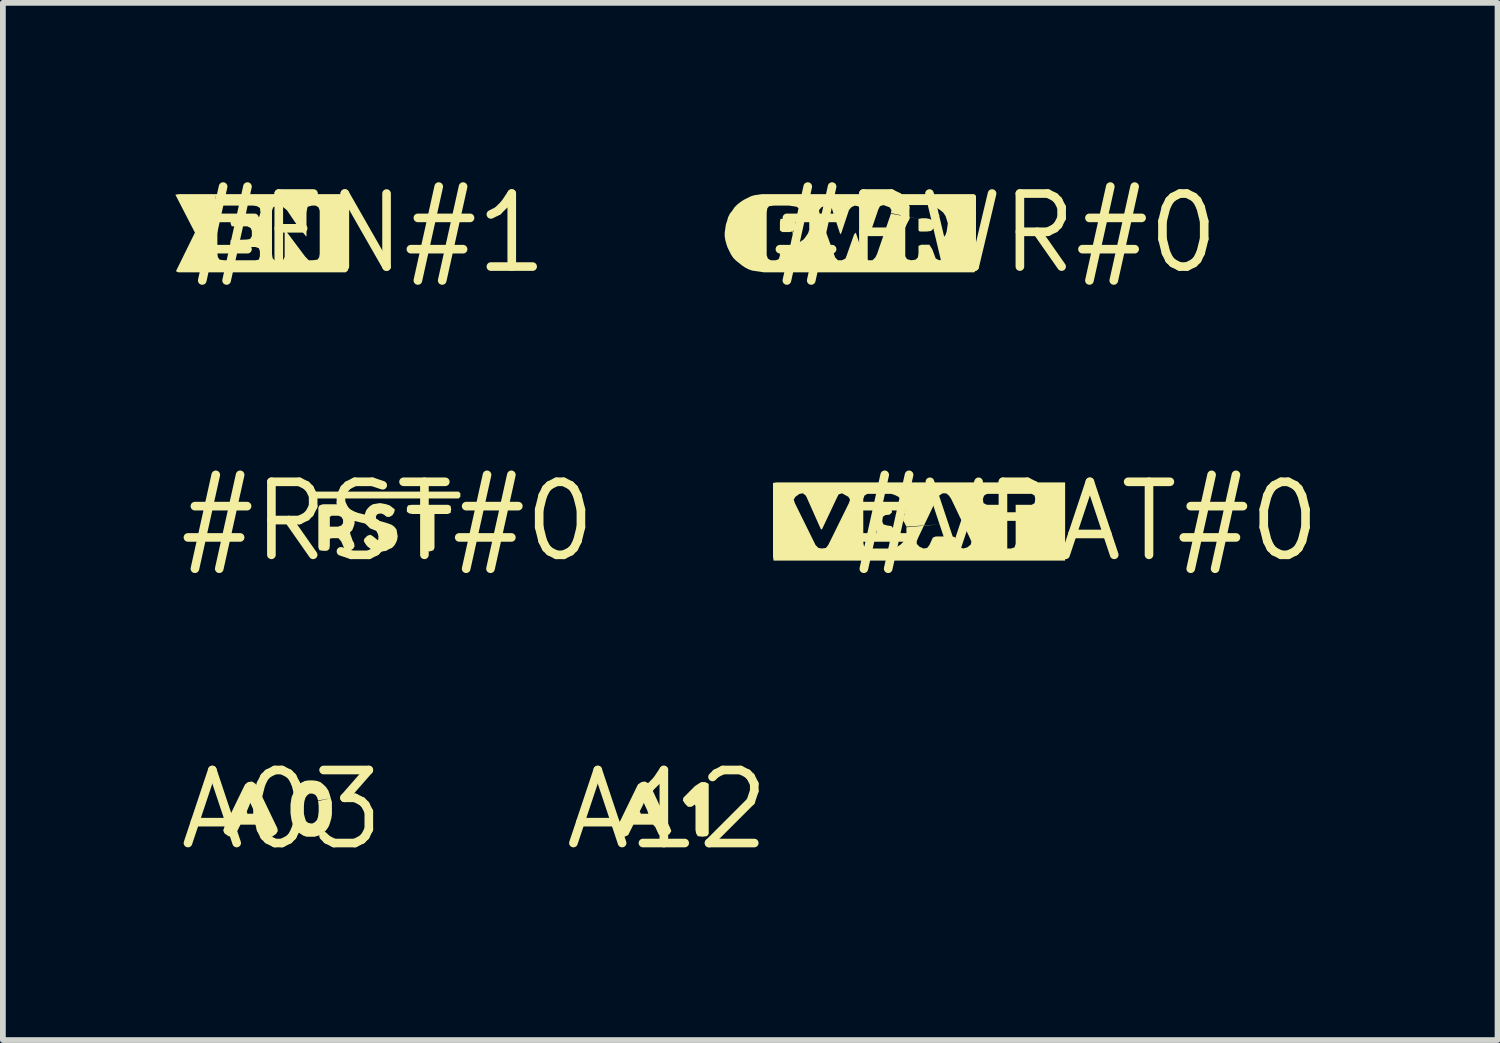
<source format=kicad_pcb>
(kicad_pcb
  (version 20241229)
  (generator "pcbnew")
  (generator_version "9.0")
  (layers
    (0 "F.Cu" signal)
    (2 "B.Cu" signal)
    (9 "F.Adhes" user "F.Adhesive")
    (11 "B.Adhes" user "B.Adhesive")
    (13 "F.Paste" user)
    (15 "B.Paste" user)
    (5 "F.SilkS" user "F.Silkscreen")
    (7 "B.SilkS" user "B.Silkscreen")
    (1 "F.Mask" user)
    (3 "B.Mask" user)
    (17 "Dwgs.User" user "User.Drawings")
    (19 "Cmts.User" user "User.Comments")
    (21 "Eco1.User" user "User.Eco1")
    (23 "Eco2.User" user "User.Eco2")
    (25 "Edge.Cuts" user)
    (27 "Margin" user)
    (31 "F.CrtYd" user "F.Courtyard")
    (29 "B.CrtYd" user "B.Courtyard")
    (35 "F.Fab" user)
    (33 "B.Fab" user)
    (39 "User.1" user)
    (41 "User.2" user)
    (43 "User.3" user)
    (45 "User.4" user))
  (footprint "A03"
    (layer "F.Cu")
    (at 1.852 11.031)
    (property "Reference" "A03" (at 0 0 0) (layer "F.SilkS") (effects (font (size 1.27 1.27) (thickness 0.15))))
    (attr through_hole)
    (fp_poly (pts (xy -0.47 -0.46) (xy -0.52 -0.49) (xy -0.59 -0.48) (xy -0.64 -0.44) (xy -0.67 -0.38) (xy -1 0.3) (xy -1.02 0.36) (xy -1 0.41) (xy -0.93 0.46) (xy -0.87 0.47) (xy -0.81 0.44) (xy -0.78 0.38) (xy -0.72 0.26) (xy -0.38 0.26) (xy -0.46 0.07) (xy -0.6 0.07) (xy -0.61 0.03) (xy -0.56 -0.09) (xy -0.55 -0.12) (xy -0.49 0.01) (xy -0.46 0.07) (xy -0.38 0.26) (xy -0.34 0.3) (xy -0.28 0.43) (xy -0.23 0.47) (xy -0.17 0.47) (xy -0.1 0.42) (xy -0.07 0.37) (xy -0.08 0.32) (xy -0.44 -0.43)) (stroke (width 0) (type solid)) (fill yes) (layer "F.SilkS"))
    (fp_poly (pts (xy 0.26 -0.4) (xy 0.22 -0.35) (xy 0.2 -0.29) (xy 0.17 -0.22) (xy 0.16 -0.16) (xy 0.15 -0.09) (xy 0.15 -0.02) (xy 0.15 0.06) (xy 0.16 0.13) (xy 0.17 0.19) (xy 0.19 0.25) (xy 0.22 0.32) (xy 0.26 0.37) (xy 0.31 0.41) (xy 0.37 0.45) (xy 0.43 0.47) (xy 0.5 0.47) (xy 0.57 0.47) (xy 0.64 0.45) (xy 0.7 0.42) (xy 0.75 0.38) (xy 0.79 0.33) (xy 0.82 0.28) (xy 0.84 0.22) (xy 0.86 0.15) (xy 0.87 0.08) (xy 0.87 0.01) (xy 0.87 -0.07) (xy 0.87 -0.13) (xy 0.85 -0.2) (xy 0.63 -0.15) (xy 0.64 -0.07) (xy 0.64 0.03) (xy 0.63 0.12) (xy 0.61 0.18) (xy 0.57 0.22) (xy 0.53 0.24) (xy 0.51 0.24) (xy 0.46 0.23) (xy 0.42 0.2) (xy 0.4 0.14) (xy 0.38 0.06) (xy 0.38 -0.04) (xy 0.39 -0.14) (xy 0.41 -0.21) (xy 0.44 -0.25) (xy 0.48 -0.28) (xy 0.53 -0.28) (xy 0.58 -0.26) (xy 0.61 -0.22) (xy 0.63 -0.16) (xy 0.85 -0.2) (xy 0.83 -0.27) (xy 0.81 -0.33) (xy 0.77 -0.39) (xy 0.73 -0.43) (xy 0.67 -0.48) (xy 0.61 -0.5) (xy 0.54 -0.51) (xy 0.47 -0.51) (xy 0.4 -0.5) (xy 0.34 -0.47) (xy 0.28 -0.44)) (stroke (width 0) (type solid)) (fill yes) (layer "F.SilkS")))
  (footprint "#EN#1"
    (layer "F.Cu")
    (at 3.34 1.006)
    (property "Reference" "#EN#1" (at 0 0 0) (layer "F.SilkS") (effects (font (size 1.27 1.27) (thickness 0.15))))
    (attr through_hole)
    (fp_poly (pts (xy -2.67 -0.68) (xy -3.28 -0.68) (xy -3.34 -0.67) (xy -3 -0.01) (xy -3.03 0.05) (xy -3.33 0.66) (xy -3.29 0.68) (xy -0.38 0.68) (xy -0.34 0.65) (xy -0.34 -0.63) (xy -0.36 -0.68) (xy -2.66 -0.68) (xy -2.58 -0.46) (xy -2.53 -0.48) (xy -2.46 -0.48) (xy -1.98 -0.48) (xy -1.92 -0.47) (xy -1.87 -0.44) (xy -1.86 -0.36) (xy -1.66 -0.39) (xy -1.64 -0.45) (xy -1.59 -0.48) (xy -1.51 -0.48) (xy -1.46 -0.45) (xy -1.4 -0.4) (xy -1.21 -0.12) (xy -1.07 0.05) (xy -1.06 0.06) (xy -1.06 -0.35) (xy -1.05 -0.42) (xy -1.04 -0.46) (xy -0.97 -0.48) (xy -0.9 -0.48) (xy -0.85 -0.45) (xy -0.83 -0.39) (xy -0.83 -0.32) (xy -0.83 0.36) (xy -0.84 0.42) (xy -0.87 0.46) (xy -0.96 0.47) (xy -1.02 0.47) (xy -1.08 0.41) (xy -1.44 -0.07) (xy -1.44 0.41) (xy -1.46 0.46) (xy -1.53 0.47) (xy -1.62 0.47) (xy -1.65 0.43) (xy -1.66 0.36) (xy -1.66 -0.39) (xy -1.86 -0.36) (xy -1.88 -0.29) (xy -1.92 -0.26) (xy -1.99 -0.25) (xy -2.33 -0.25) (xy -2.38 -0.23) (xy -2.38 -0.17) (xy -2.36 -0.12) (xy -2.09 -0.12) (xy -2.03 -0.09) (xy -2.01 -0.04) (xy -2.01 0.05) (xy -2.04 0.1) (xy -2.1 0.11) (xy -2.38 0.12) (xy -2.38 0.18) (xy -2.36 0.24) (xy -1.95 0.24) (xy -1.89 0.26) (xy -1.87 0.31) (xy -1.87 0.4) (xy -1.89 0.46) (xy -1.95 0.47) (xy -2.49 0.47) (xy -2.57 0.46) (xy -2.6 0.42) (xy -2.61 0.35) (xy -2.61 -0.32) (xy -2.61 -0.4) (xy -2.59 -0.45) (xy -2.66 -0.68)) (stroke (width 0) (type solid)) (fill yes) (layer "F.SilkS")))
  (footprint "#PWR#0"
    (layer "F.Cu")
    (at 14.263 1.006)
    (property "Reference" "#PWR#0" (at 0 0 0) (layer "F.SilkS") (effects (font (size 1.27 1.27) (thickness 0.15))))
    (attr through_hole)
    (fp_poly (pts (xy -4.06 -0.68) (xy -4.13 -0.67) (xy -4.2 -0.66) (xy -4.26 -0.64) (xy -4.32 -0.61) (xy -4.38 -0.58) (xy -4.44 -0.54) (xy -4.49 -0.5) (xy -4.54 -0.45) (xy -4.58 -0.39) (xy -4.62 -0.34) (xy -4.65 -0.28) (xy -4.67 -0.21) (xy -4.69 -0.15) (xy -4.7 -0.08) (xy -4.71 -0.01) (xy -4.71 0.05) (xy -4.7 0.12) (xy -4.68 0.19) (xy -4.66 0.25) (xy -4.63 0.31) (xy -4.6 0.37) (xy -4.56 0.43) (xy -4.51 0.48) (xy -4.46 0.52) (xy -4.41 0.56) (xy -4.35 0.6) (xy -4.29 0.63) (xy -4.23 0.65) (xy -4.16 0.66) (xy -4.09 0.67) (xy -4.03 0.68) (xy -0.37 0.68) (xy -0.34 0.64) (xy -0.34 -0.65) (xy -0.37 -0.68) (xy -4.03 -0.68) (xy -3.74 -0.25) (xy -3.6 -0.25) (xy -3.54 -0.24) (xy -3.49 -0.2) (xy -3.47 -0.13) (xy -3.49 -0.07) (xy -3.53 -0.03) (xy -3.46 0.19) (xy -3.52 0.2) (xy -3.59 0.21) (xy -3.72 0.21) (xy -3.75 0.25) (xy -3.75 0.39) (xy -3.77 0.45) (xy -3.82 0.47) (xy -3.91 0.47) (xy -3.96 0.44) (xy -3.98 0.38) (xy -3.98 -0.36) (xy -3.97 -0.43) (xy -3.94 -0.47) (xy -3.86 -0.48) (xy -3.59 -0.48) (xy -3.52 -0.47) (xy -3.46 -0.46) (xy -3.4 -0.42) (xy -3.34 -0.38) (xy -3.3 -0.33) (xy -3.26 -0.27) (xy -3.24 -0.2) (xy -3.04 -0.28) (xy -3.06 -0.34) (xy -3.07 -0.4) (xy -3.03 -0.45) (xy -2.96 -0.48) (xy -2.89 -0.48) (xy -2.85 -0.44) (xy -2.7 0.02) (xy -2.68 -0.01) (xy -2.55 -0.4) (xy -2.51 -0.45) (xy -2.45 -0.48) (xy -2.39 -0.47) (xy -2.34 -0.42) (xy -2.19 0.03) (xy -2.17 -0.03) (xy -2.06 -0.35) (xy -2.04 -0.41) (xy -2.01 -0.47) (xy -1.95 -0.49) (xy -1.84 -0.45) (xy -1.81 -0.4) (xy -1.82 -0.35) (xy -1.34 -0.25) (xy -1.28 -0.26) (xy -1.21 -0.26) (xy -1.15 -0.25) (xy -1.09 -0.22) (xy -0.91 -0.36) (xy -0.87 -0.3) (xy -0.85 -0.24) (xy -0.83 -0.17) (xy -0.84 -0.1) (xy -0.85 -0.03) (xy -0.87 0.03) (xy -0.91 0.08) (xy -0.92 0.13) (xy -0.87 0.25) (xy -0.85 0.3) (xy -0.83 0.37) (xy -0.85 0.42) (xy -0.92 0.46) (xy -0.98 0.47) (xy -1.04 0.44) (xy -1.1 0.28) (xy -1.15 0.2) (xy -1.29 0.2) (xy -1.34 0.22) (xy -1.34 0.35) (xy -1.35 0.42) (xy -1.39 0.46) (xy -1.47 0.47) (xy -1.54 0.45) (xy -1.57 0.4) (xy -1.57 0.34) (xy -1.57 -0.41) (xy -1.55 -0.47) (xy -1.49 -0.49) (xy -1.41 -0.49) (xy -1.21 -0.49) (xy -1.14 -0.49) (xy -1.08 -0.47) (xy -1.02 -0.44) (xy -0.96 -0.4) (xy -0.91 -0.36) (xy -1.09 -0.21) (xy -1.06 -0.15) (xy -1.08 -0.08) (xy -1.12 -0.04) (xy -1.19 -0.03) (xy -1.32 -0.03) (xy -1.34 -0.05) (xy -1.34 -0.25) (xy -1.82 -0.34) (xy -1.84 -0.28) (xy -2.06 0.36) (xy -2.09 0.42) (xy -2.14 0.47) (xy -2.21 0.47) (xy -2.27 0.43) (xy -2.3 0.38) (xy -2.43 -0.01) (xy -2.46 0.02) (xy -2.59 0.39) (xy -2.61 0.44) (xy -2.67 0.47) (xy -2.74 0.47) (xy -2.79 0.42) (xy -2.81 0.36) (xy -3.04 -0.27) (xy -3.24 -0.2) (xy -3.24 -0.13) (xy -3.24 -0.06) (xy -3.26 0) (xy -3.3 0.06) (xy -3.34 0.11) (xy -3.4 0.15) (xy -3.46 0.18) (xy -3.54 -0.03) (xy -3.58 -0.02) (xy -3.71 -0.02) (xy -3.75 -0.05) (xy -3.75 -0.19) (xy -3.74 -0.25) (xy -4.03 -0.68)) (stroke (width 0) (type solid)) (fill yes) (layer "F.SilkS")))
  (footprint "A12"
    (layer "F.Cu")
    (at 8.555 11.031)
    (property "Reference" "A12" (at 0 0 0) (layer "F.SilkS") (effects (font (size 1.27 1.27) (thickness 0.15))))
    (attr through_hole)
    (fp_poly (pts (xy 0.54 -0.45) (xy 0.48 -0.41) (xy 0.34 -0.27) (xy 0.28 -0.21) (xy 0.27 -0.16) (xy 0.31 -0.1) (xy 0.36 -0.05) (xy 0.42 -0.05) (xy 0.48 -0.09) (xy 0.49 -0.06) (xy 0.49 0.35) (xy 0.5 0.41) (xy 0.53 0.46) (xy 0.61 0.47) (xy 0.69 0.46) (xy 0.72 0.42) (xy 0.72 0.36) (xy 0.72 -0.39) (xy 0.72 -0.45) (xy 0.66 -0.48) (xy 0.59 -0.48)) (stroke (width 0) (type solid)) (fill yes) (layer "F.SilkS"))
    (fp_poly (pts (xy -0.33 -0.46) (xy -0.39 -0.49) (xy -0.45 -0.48) (xy -0.51 -0.44) (xy -0.54 -0.38) (xy -0.87 0.3) (xy -0.89 0.36) (xy -0.87 0.41) (xy -0.8 0.46) (xy -0.74 0.47) (xy -0.68 0.44) (xy -0.65 0.38) (xy -0.59 0.26) (xy -0.25 0.26) (xy -0.33 0.07) (xy -0.46 0.07) (xy -0.48 0.03) (xy -0.42 -0.09) (xy -0.41 -0.12) (xy -0.35 0.01) (xy -0.33 0.07) (xy -0.25 0.26) (xy -0.21 0.3) (xy -0.15 0.43) (xy -0.1 0.47) (xy -0.04 0.47) (xy 0.04 0.42) (xy 0.07 0.37) (xy 0.05 0.32) (xy -0.3 -0.43)) (stroke (width 0) (type solid)) (fill yes) (layer "F.SilkS")))
  (footprint "#VBAT#0"
    (layer "F.Cu")
    (at 15.813 6.019)
    (property "Reference" "#VBAT#0" (at 0 0 0) (layer "F.SilkS") (effects (font (size 1.27 1.27) (thickness 0.15))))
    (attr through_hole)
    (fp_poly (pts (xy -5.08 -0.68) (xy -5.36 -0.68) (xy -5.42 -0.67) (xy -5.42 0.61) (xy -5.41 0.68) (xy -0.4 0.68) (xy -0.34 0.68) (xy -0.34 -0.61) (xy -0.34 -0.68) (xy -5.08 -0.68) (xy -4.96 -0.48) (xy -4.9 -0.49) (xy -4.85 -0.45) (xy -4.83 -0.41) (xy -4.59 0.13) (xy -4.57 0.14) (xy -4.31 -0.41) (xy -4.28 -0.47) (xy -4.22 -0.49) (xy -4.11 -0.43) (xy -4.08 -0.38) (xy -4.1 -0.32) (xy -3.62 -0.24) (xy -3.56 -0.25) (xy -3.42 -0.25) (xy -3.36 -0.23) (xy -3.35 -0.16) (xy -3.39 -0.12) (xy -3.47 -0.11) (xy -3.51 -0.08) (xy -3.52 0) (xy -3.5 0.05) (xy -3.43 0.07) (xy -3.36 0.08) (xy -3.33 0.12) (xy -3.13 0.03) (xy -3.1 0.09) (xy -2.52 0.05) (xy -2.47 -0.08) (xy -2.43 -0.07) (xy -2.37 0.06) (xy -2.42 0.07) (xy -2.49 0.07) (xy -2.52 0.05) (xy -3.1 0.1) (xy -3.1 0.16) (xy -3.1 0.23) (xy -3.12 0.3) (xy -2.92 0.34) (xy -2.89 0.27) (xy -2.57 -0.4) (xy -2.53 -0.45) (xy -2.47 -0.49) (xy -2.41 -0.49) (xy -2.36 -0.45) (xy -2.32 -0.39) (xy -2 0.28) (xy -1.97 0.35) (xy -1.42 0.39) (xy -1.42 -0.23) (xy -1.43 -0.29) (xy -1.63 -0.29) (xy -1.7 -0.29) (xy -1.76 -0.32) (xy -1.77 -0.39) (xy -1.75 -0.45) (xy -1.7 -0.48) (xy -1.67 -0.48) (xy -0.92 -0.48) (xy -0.87 -0.45) (xy -0.86 -0.39) (xy -0.87 -0.32) (xy -0.92 -0.29) (xy -0.99 -0.29) (xy -1.2 -0.29) (xy -1.2 -0.22) (xy -1.2 0.39) (xy -1.22 0.45) (xy -1.28 0.47) (xy -1.35 0.47) (xy -1.41 0.45) (xy -1.42 0.39) (xy -1.97 0.35) (xy -1.98 0.4) (xy -2.04 0.45) (xy -2.11 0.47) (xy -2.17 0.45) (xy -2.2 0.4) (xy -2.26 0.27) (xy -2.32 0.26) (xy -2.59 0.26) (xy -2.64 0.28) (xy -2.7 0.41) (xy -2.74 0.46) (xy -2.8 0.47) (xy -2.87 0.44) (xy -2.92 0.39) (xy -2.92 0.34) (xy -3.12 0.3) (xy -3.15 0.35) (xy -3.2 0.4) (xy -3.26 0.44) (xy -3.32 0.47) (xy -3.39 0.47) (xy -3.73 0.47) (xy -3.8 0.46) (xy -3.84 0.42) (xy -3.85 0.36) (xy -3.85 -0.39) (xy -3.83 -0.45) (xy -3.78 -0.48) (xy -3.7 -0.48) (xy -3.43 -0.48) (xy -3.36 -0.48) (xy -3.3 -0.46) (xy -3.24 -0.43) (xy -3.19 -0.38) (xy -3.15 -0.33) (xy -3.13 -0.26) (xy -3.12 -0.2) (xy -3.13 -0.13) (xy -3.15 -0.07) (xy -3.16 -0.02) (xy -3.13 0.03) (xy -3.33 0.12) (xy -3.33 0.18) (xy -3.36 0.23) (xy -3.43 0.24) (xy -3.56 0.24) (xy -3.62 0.23) (xy -3.62 -0.24) (xy -4.1 -0.32) (xy -4.46 0.41) (xy -4.5 0.46) (xy -4.57 0.47) (xy -4.63 0.46) (xy -4.68 0.41) (xy -5.04 -0.32) (xy -5.06 -0.38) (xy -5.03 -0.43) (xy -4.96 -0.48)) (stroke (width 0) (type solid)) (fill yes) (layer "F.SilkS")))
  (footprint "#RST#0"
    (layer "F.Cu")
    (at 3.696 6.019)
    (property "Reference" "#RST#0" (at 0 0 0) (layer "F.SilkS") (effects (font (size 1.27 1.27) (thickness 0.15))))
    (attr through_hole)
    (fp_poly (pts (xy -1.26 -0.52) (xy -1.25 -0.4) (xy 1.23 -0.4) (xy 1.26 -0.43) (xy 1.26 -0.49) (xy 1.23 -0.52)) (stroke (width 0) (type solid)) (fill yes) (layer "F.SilkS"))
    (fp_poly (pts (xy 0.41 -0.29) (xy 0.35 -0.28) (xy 0.33 -0.24) (xy 0.33 -0.17) (xy 0.37 -0.14) (xy 0.43 -0.13) (xy 0.6 -0.13) (xy 0.62 -0.09) (xy 0.62 0.43) (xy 0.63 0.48) (xy 0.67 0.51) (xy 0.73 0.52) (xy 0.79 0.5) (xy 0.81 0.46) (xy 0.81 0.39) (xy 0.81 -0.13) (xy 0.86 -0.13) (xy 1.04 -0.13) (xy 1.09 -0.15) (xy 1.1 -0.21) (xy 1.09 -0.27) (xy 1.05 -0.29) (xy 0.99 -0.29)) (stroke (width 0) (type solid)) (fill yes) (layer "F.SilkS"))
    (fp_poly (pts (xy -0.61 0.34) (xy -0.65 0.23) (xy -0.66 0.19) (xy -0.62 0.15) (xy -0.6 0.1) (xy -0.58 0.04) (xy -0.58 -0.02) (xy -0.59 -0.08) (xy -0.61 -0.13) (xy -0.64 -0.18) (xy -0.68 -0.22) (xy -0.81 -0.08) (xy -0.78 -0.03) (xy -0.78 0.03) (xy -0.81 0.07) (xy -0.87 0.09) (xy -0.98 0.09) (xy -1.01 0.09) (xy -1.01 -0.08) (xy -0.98 -0.1) (xy -0.92 -0.1) (xy -0.86 -0.1) (xy -0.81 -0.08) (xy -0.68 -0.22) (xy -0.73 -0.26) (xy -0.78 -0.28) (xy -0.84 -0.3) (xy -0.89 -0.3) (xy -1.13 -0.3) (xy -1.19 -0.28) (xy -1.21 -0.24) (xy -1.21 -0.18) (xy -1.21 0.39) (xy -1.21 0.45) (xy -1.19 0.5) (xy -1.13 0.51) (xy -1.06 0.51) (xy -1.02 0.48) (xy -1.01 0.42) (xy -1.01 0.3) (xy -0.97 0.29) (xy -0.86 0.29) (xy -0.81 0.35) (xy -0.75 0.49) (xy -0.71 0.52) (xy -0.66 0.51) (xy -0.6 0.47) (xy -0.58 0.43) (xy -0.59 0.37)) (stroke (width 0) (type solid)) (fill yes) (layer "F.SilkS"))
    (fp_poly (pts (xy -0.39 0.39) (xy -0.36 0.43) (xy -0.31 0.47) (xy -0.26 0.5) (xy -0.2 0.51) (xy -0.15 0.52) (xy -0.09 0.52) (xy -0.03 0.51) (xy 0.02 0.48) (xy 0.07 0.46) (xy 0.11 0.42) (xy 0.14 0.37) (xy 0.16 0.32) (xy 0.17 0.26) (xy 0.16 0.2) (xy 0.15 0.14) (xy 0.11 0.09) (xy 0.07 0.06) (xy 0.02 0.04) (xy -0.04 0.02) (xy -0.15 -0.01) (xy -0.2 -0.03) (xy -0.21 -0.09) (xy -0.18 -0.13) (xy -0.12 -0.14) (xy -0.07 -0.12) (xy -0.02 -0.08) (xy 0.03 -0.08) (xy 0.08 -0.11) (xy 0.11 -0.16) (xy 0.12 -0.21) (xy 0.07 -0.25) (xy 0.03 -0.28) (xy -0.03 -0.3) (xy -0.08 -0.31) (xy -0.14 -0.32) (xy -0.2 -0.31) (xy -0.26 -0.3) (xy -0.31 -0.27) (xy -0.35 -0.23) (xy -0.38 -0.19) (xy -0.4 -0.13) (xy -0.41 -0.08) (xy -0.4 -0.02) (xy -0.39 0.04) (xy -0.35 0.08) (xy -0.31 0.12) (xy -0.26 0.14) (xy -0.21 0.16) (xy -0.15 0.18) (xy -0.09 0.19) (xy -0.04 0.22) (xy -0.03 0.27) (xy -0.05 0.31) (xy -0.11 0.33) (xy -0.17 0.33) (xy -0.22 0.29) (xy -0.27 0.25) (xy -0.31 0.23) (xy -0.36 0.25) (xy -0.41 0.3) (xy -0.42 0.34)) (stroke (width 0) (type solid)) (fill yes) (layer "F.SilkS")))
  (gr_rect
    (start -3 -3)
    (end 22.993 15.037)
    (stroke (width 0.1) (type default))
    (fill no)
    (layer "Edge.Cuts")))
</source>
